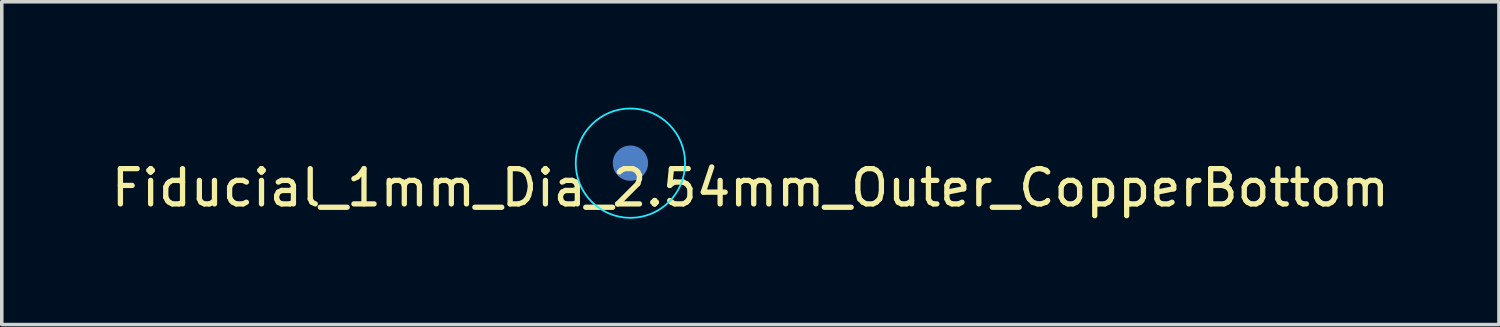
<source format=kicad_pcb>
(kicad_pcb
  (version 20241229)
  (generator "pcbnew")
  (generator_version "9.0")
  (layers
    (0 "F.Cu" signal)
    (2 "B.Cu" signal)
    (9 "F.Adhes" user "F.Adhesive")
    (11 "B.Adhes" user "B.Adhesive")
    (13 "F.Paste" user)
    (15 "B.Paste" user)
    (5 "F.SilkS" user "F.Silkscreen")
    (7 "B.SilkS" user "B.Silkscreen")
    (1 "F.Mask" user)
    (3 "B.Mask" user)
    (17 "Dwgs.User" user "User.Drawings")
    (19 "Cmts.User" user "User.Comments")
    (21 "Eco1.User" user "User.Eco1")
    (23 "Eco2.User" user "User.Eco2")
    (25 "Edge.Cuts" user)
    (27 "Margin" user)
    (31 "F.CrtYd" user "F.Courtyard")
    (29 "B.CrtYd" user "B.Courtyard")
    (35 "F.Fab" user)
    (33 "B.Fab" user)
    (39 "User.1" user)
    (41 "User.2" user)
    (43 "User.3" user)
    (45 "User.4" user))
  (footprint "Fiducial_1mm_Dia_2.54mm_Outer_CopperBottom"
    (layer "F.Cu")
    (at 14.82 1.575)
    (property "Reference" "Fiducial_1mm_Dia_2.54mm_Outer_CopperBottom" (at 3.4 0.7 0) (layer "F.SilkS") (effects (font (size 1 1) (thickness 0.15))))
    (attr exclude_from_pos_files exclude_from_bom)
    (fp_circle (center 0 0) (end 1.55 0) (stroke (width 0.05) (type solid)) (fill no) (layer "B.CrtYd"))
    (pad "~" smd circle (at 0 0) (size 1 1) (layers "B.Cu" "B.Mask")))
  (gr_rect
    (start -3 -3)
    (end 39.44 6.15)
    (stroke (width 0.1) (type default))
    (fill no)
    (layer "Edge.Cuts")))
</source>
